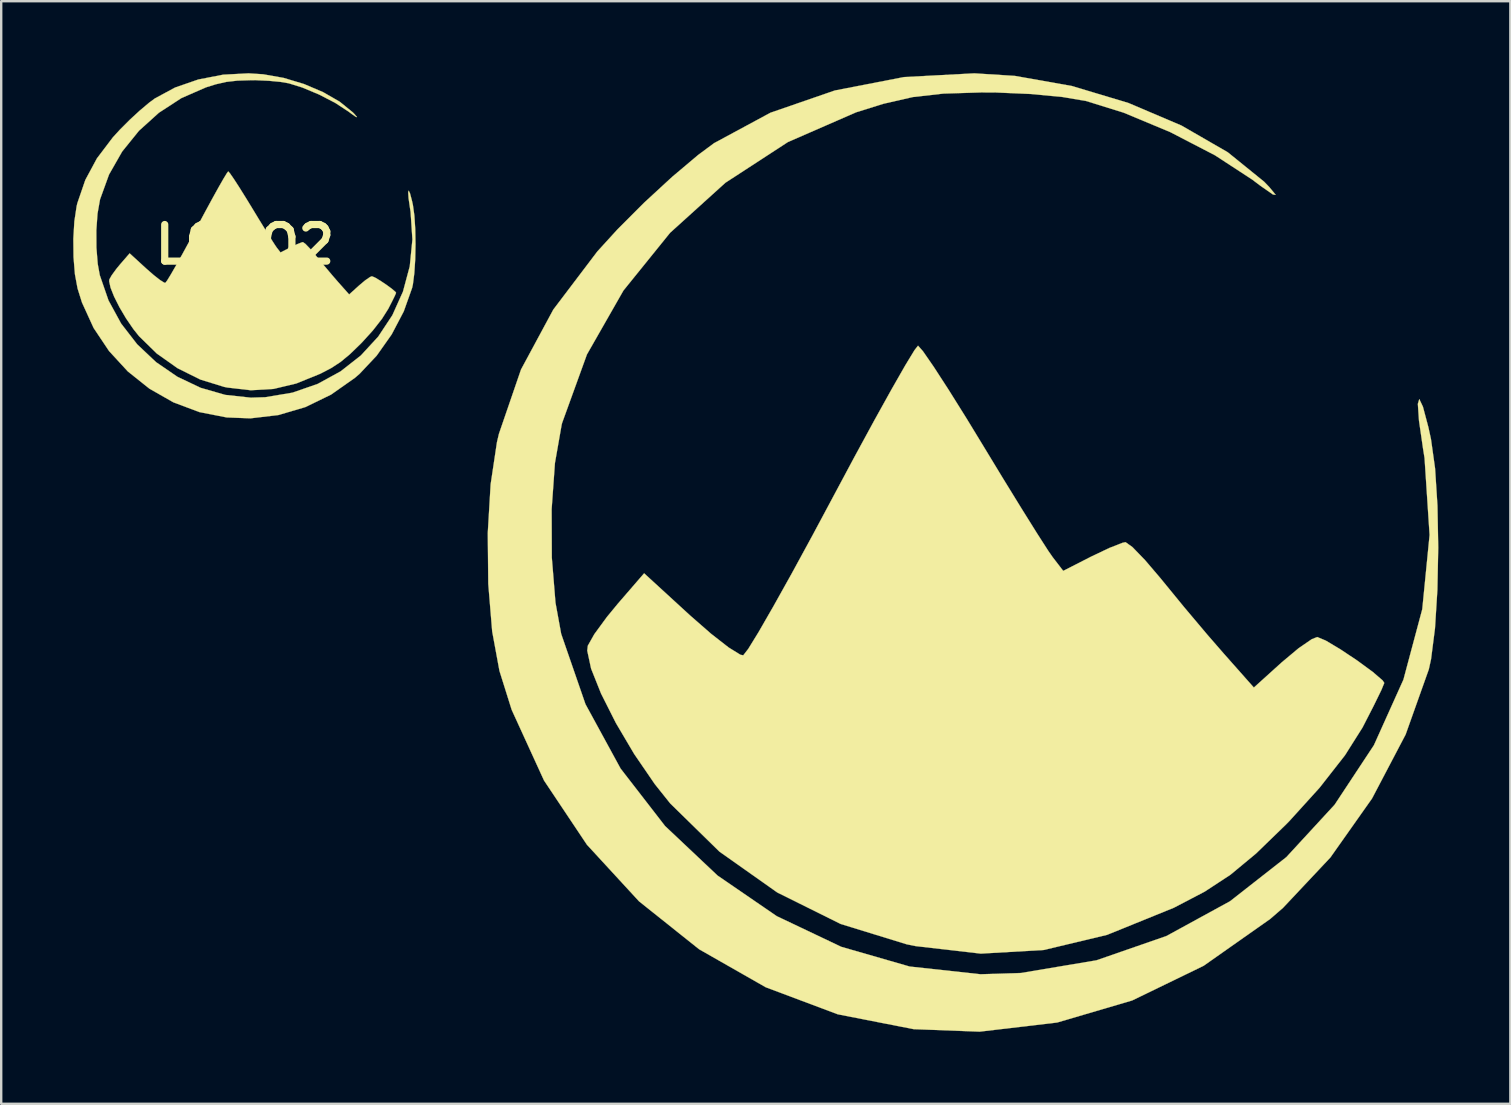
<source format=kicad_pcb>
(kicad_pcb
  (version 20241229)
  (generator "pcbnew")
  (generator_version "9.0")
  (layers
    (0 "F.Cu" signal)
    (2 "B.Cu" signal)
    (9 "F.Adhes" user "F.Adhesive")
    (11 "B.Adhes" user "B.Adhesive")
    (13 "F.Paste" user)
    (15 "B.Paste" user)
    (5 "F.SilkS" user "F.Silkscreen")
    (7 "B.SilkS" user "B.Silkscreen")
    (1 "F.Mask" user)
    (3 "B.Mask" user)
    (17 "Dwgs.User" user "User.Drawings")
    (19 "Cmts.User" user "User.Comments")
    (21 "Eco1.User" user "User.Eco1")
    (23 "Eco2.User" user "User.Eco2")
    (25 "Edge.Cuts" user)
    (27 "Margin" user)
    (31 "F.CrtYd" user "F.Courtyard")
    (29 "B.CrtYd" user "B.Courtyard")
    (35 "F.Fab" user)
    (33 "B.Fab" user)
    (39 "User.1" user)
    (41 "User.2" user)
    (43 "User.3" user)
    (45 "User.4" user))
  (footprint "LOGO"
    (layer "F.Cu")
    (at 37.115 19.816)
    (property "Reference" "LOGO" (at 0 0 0) (layer "F.SilkS") (effects (font (size 1.524 1.524) (thickness 0.3))))
    (attr through_hole)
    (fp_poly (pts (xy -1.72 -8.237) (xy -1.28 -7.601) (xy -0.655 -6.637) (xy 0.104 -5.424) (xy 0.76 -4.347) (xy 1.613 -2.942) (xy 2.393 -1.674) (xy 3.043 -0.634) (xy 3.503 0.082) (xy 3.685 0.344) (xy 4.124 0.914) (xy 5.296 0.316) (xy 6.047 -0.041) (xy 6.593 -0.255) (xy 6.72 -0.282) (xy 7.007 -0.077) (xy 7.531 0.465) (xy 8.185 1.232) (xy 8.273 1.341) (xy 9.156 2.42) (xy 10.126 3.571) (xy 10.819 4.368) (xy 12.065 5.774) (xy 13.23 4.721) (xy 13.925 4.139) (xy 14.481 3.757) (xy 14.701 3.669) (xy 15.057 3.816) (xy 15.672 4.183) (xy 16.382 4.657) (xy 17.023 5.127) (xy 17.432 5.48) (xy 17.498 5.582) (xy 17.377 5.876) (xy 17.058 6.529) (xy 16.61 7.402) (xy 16.591 7.439) (xy 15.86 8.596) (xy 14.803 9.946) (xy 13.54 11.339) (xy 13.39 11.492) (xy 12.156 12.687) (xy 11.09 13.571) (xy 10.015 14.276) (xy 8.75 14.937) (xy 8.723 14.95) (xy 5.952 16.075) (xy 3.312 16.706) (xy 0.691 16.857) (xy -2.024 16.544) (xy -2.399 16.468) (xy -5.147 15.622) (xy -7.788 14.31) (xy -10.196 12.609) (xy -12.247 10.601) (xy -12.889 9.796) (xy -13.746 8.545) (xy -14.51 7.251) (xy -15.127 6.027) (xy -15.543 4.985) (xy -15.703 4.237) (xy -15.679 4.031) (xy -15.407 3.549) (xy -14.883 2.833) (xy -14.421 2.272) (xy -13.334 1.015) (xy -11.416 2.773) (xy -10.546 3.533) (xy -9.813 4.105) (xy -9.324 4.407) (xy -9.205 4.432) (xy -8.998 4.166) (xy -8.568 3.467) (xy -7.955 2.402) (xy -7.194 1.04) (xy -6.327 -0.552) (xy -5.517 -2.066) (xy -4.592 -3.796) (xy -3.748 -5.349) (xy -3.021 -6.658) (xy -2.45 -7.657) (xy -2.07 -8.281) (xy -1.924 -8.467) (xy -1.72 -8.237)) (stroke (width 0.01) (type solid)) (fill yes) (layer "F.SilkS"))
    (fp_poly (pts (xy 2.113 -19.704) (xy 4.487 -19.283) (xy 6.843 -18.575) (xy 9.05 -17.636) (xy 10.977 -16.524) (xy 12.495 -15.295) (xy 12.708 -15.073) (xy 12.974 -14.75) (xy 12.86 -14.764) (xy 12.342 -15.125) (xy 11.994 -15.387) (xy 10.448 -16.396) (xy 8.584 -17.362) (xy 6.645 -18.171) (xy 5.08 -18.658) (xy 4.092 -18.826) (xy 2.765 -18.951) (xy 1.324 -19.013) (xy 0.706 -19.016) (xy -0.871 -18.967) (xy -2.143 -18.823) (xy -3.364 -18.544) (xy -4.509 -18.186) (xy -7.346 -16.948) (xy -9.948 -15.254) (xy -12.252 -13.17) (xy -14.196 -10.764) (xy -15.716 -8.102) (xy -16.749 -5.251) (xy -16.768 -5.18) (xy -17.049 -3.578) (xy -17.186 -1.656) (xy -17.179 0.359) (xy -17.026 2.241) (xy -16.789 3.539) (xy -15.777 6.467) (xy -14.315 9.148) (xy -12.462 11.542) (xy -10.274 13.606) (xy -7.809 15.297) (xy -5.123 16.574) (xy -2.274 17.395) (xy 0.681 17.717) (xy 2.364 17.664) (xy 5.508 17.136) (xy 8.423 16.124) (xy 11.071 14.676) (xy 13.419 12.837) (xy 15.429 10.655) (xy 17.066 8.175) (xy 18.295 5.445) (xy 19.08 2.51) (xy 19.385 -0.582) (xy 19.175 -3.785) (xy 19.113 -4.172) (xy 18.943 -5.347) (xy 18.896 -6.043) (xy 18.956 -6.242) (xy 19.107 -5.925) (xy 19.334 -5.072) (xy 19.443 -4.572) (xy 19.613 -3.359) (xy 19.713 -1.797) (xy 19.745 -0.055) (xy 19.71 1.702) (xy 19.61 3.306) (xy 19.446 4.591) (xy 19.353 5.015) (xy 18.387 7.73) (xy 16.988 10.394) (xy 15.252 12.853) (xy 13.278 14.952) (xy 12.747 15.412) (xy 9.971 17.365) (xy 6.997 18.808) (xy 3.872 19.727) (xy 0.641 20.108) (xy -2.107 20.004) (xy -5.27 19.384) (xy -8.267 18.259) (xy -11.044 16.675) (xy -13.546 14.679) (xy -15.717 12.32) (xy -17.504 9.645) (xy -18.851 6.701) (xy -19.36 5.08) (xy -19.663 3.437) (xy -19.826 1.455) (xy -19.847 -0.658) (xy -19.727 -2.695) (xy -19.464 -4.449) (xy -19.381 -4.798) (xy -18.462 -7.474) (xy -17.116 -9.972) (xy -15.285 -12.388) (xy -14.44 -13.315) (xy -13.33 -14.426) (xy -12.161 -15.503) (xy -11.089 -16.407) (xy -10.42 -16.903) (xy -8.072 -18.17) (xy -5.389 -19.097) (xy -2.512 -19.655) (xy 0.422 -19.811) (xy 2.113 -19.704)) (stroke (width 0.01) (type solid)) (fill yes) (layer "F.SilkS")))
  (footprint "LOGO2"
    (layer "F.Cu")
    (at 7.15 7.137)
    (property "Reference" "LOGO2" (at 0 0 0) (layer "F.SilkS") (effects (font (size 1.524 1.524) (thickness 0.3))))
    (attr through_hole)
    (fp_poly (pts (xy -0.619 -2.965) (xy -0.461 -2.736) (xy -0.236 -2.389) (xy 0.037 -1.952) (xy 0.274 -1.565) (xy 0.581 -1.059) (xy 0.862 -0.602) (xy 1.095 -0.228) (xy 1.261 0.029) (xy 1.326 0.124) (xy 1.485 0.329) (xy 1.907 0.114) (xy 2.177 -0.015) (xy 2.373 -0.092) (xy 2.419 -0.102) (xy 2.523 -0.028) (xy 2.711 0.167) (xy 2.947 0.444) (xy 2.978 0.483) (xy 3.296 0.871) (xy 3.645 1.285) (xy 3.895 1.573) (xy 4.344 2.078) (xy 4.763 1.7) (xy 5.013 1.49) (xy 5.213 1.353) (xy 5.292 1.321) (xy 5.421 1.374) (xy 5.642 1.506) (xy 5.898 1.677) (xy 6.128 1.846) (xy 6.275 1.973) (xy 6.299 2.01) (xy 6.256 2.115) (xy 6.141 2.35) (xy 5.98 2.665) (xy 5.973 2.678) (xy 5.71 3.094) (xy 5.329 3.581) (xy 4.874 4.082) (xy 4.82 4.137) (xy 4.376 4.567) (xy 3.992 4.885) (xy 3.605 5.14) (xy 3.15 5.377) (xy 3.14 5.382) (xy 2.143 5.787) (xy 1.192 6.014) (xy 0.249 6.069) (xy -0.729 5.956) (xy -0.864 5.929) (xy -1.853 5.624) (xy -2.804 5.151) (xy -3.67 4.539) (xy -4.409 3.816) (xy -4.64 3.527) (xy -4.949 3.076) (xy -5.224 2.61) (xy -5.446 2.17) (xy -5.595 1.795) (xy -5.653 1.525) (xy -5.644 1.451) (xy -5.546 1.278) (xy -5.358 1.02) (xy -5.192 0.818) (xy -4.8 0.366) (xy -4.11 0.998) (xy -3.796 1.272) (xy -3.533 1.478) (xy -3.357 1.587) (xy -3.314 1.596) (xy -3.239 1.5) (xy -3.085 1.248) (xy -2.864 0.865) (xy -2.59 0.374) (xy -2.278 -0.199) (xy -1.986 -0.744) (xy -1.653 -1.367) (xy -1.349 -1.926) (xy -1.088 -2.397) (xy -0.882 -2.757) (xy -0.745 -2.981) (xy -0.693 -3.048) (xy -0.619 -2.965)) (stroke (width 0.01) (type solid)) (fill yes) (layer "F.SilkS"))
    (fp_poly (pts (xy 0.761 -7.093) (xy 1.615 -6.942) (xy 2.463 -6.687) (xy 3.258 -6.349) (xy 3.952 -5.949) (xy 4.498 -5.506) (xy 4.575 -5.426) (xy 4.671 -5.31) (xy 4.629 -5.315) (xy 4.443 -5.445) (xy 4.318 -5.539) (xy 3.761 -5.903) (xy 3.09 -6.25) (xy 2.392 -6.542) (xy 1.829 -6.717) (xy 1.473 -6.777) (xy 0.995 -6.822) (xy 0.476 -6.845) (xy 0.254 -6.846) (xy -0.314 -6.828) (xy -0.771 -6.776) (xy -1.211 -6.676) (xy -1.623 -6.547) (xy -2.644 -6.101) (xy -3.581 -5.491) (xy -4.411 -4.741) (xy -5.111 -3.875) (xy -5.658 -2.917) (xy -6.03 -1.89) (xy -6.036 -1.865) (xy -6.138 -1.288) (xy -6.187 -0.596) (xy -6.184 0.129) (xy -6.129 0.807) (xy -6.044 1.274) (xy -5.68 2.328) (xy -5.153 3.293) (xy -4.486 4.155) (xy -3.699 4.898) (xy -2.811 5.507) (xy -1.844 5.967) (xy -0.819 6.262) (xy 0.245 6.378) (xy 0.851 6.359) (xy 1.983 6.169) (xy 3.032 5.805) (xy 3.986 5.283) (xy 4.831 4.621) (xy 5.554 3.836) (xy 6.144 2.943) (xy 6.586 1.96) (xy 6.869 0.904) (xy 6.979 -0.209) (xy 6.903 -1.363) (xy 6.881 -1.502) (xy 6.82 -1.925) (xy 6.803 -2.175) (xy 6.824 -2.247) (xy 6.879 -2.133) (xy 6.96 -1.826) (xy 7 -1.646) (xy 7.061 -1.209) (xy 7.097 -0.647) (xy 7.108 -0.02) (xy 7.096 0.613) (xy 7.059 1.19) (xy 7 1.653) (xy 6.967 1.805) (xy 6.619 2.783) (xy 6.116 3.742) (xy 5.491 4.627) (xy 4.78 5.383) (xy 4.589 5.548) (xy 3.589 6.251) (xy 2.519 6.771) (xy 1.394 7.102) (xy 0.231 7.239) (xy -0.759 7.201) (xy -1.897 6.978) (xy -2.976 6.573) (xy -3.976 6.003) (xy -4.876 5.285) (xy -5.658 4.435) (xy -6.302 3.472) (xy -6.786 2.412) (xy -6.969 1.829) (xy -7.079 1.237) (xy -7.137 0.524) (xy -7.145 -0.237) (xy -7.102 -0.97) (xy -7.007 -1.602) (xy -6.977 -1.727) (xy -6.646 -2.691) (xy -6.162 -3.59) (xy -5.503 -4.46) (xy -5.199 -4.793) (xy -4.799 -5.193) (xy -4.378 -5.581) (xy -3.992 -5.906) (xy -3.751 -6.085) (xy -2.906 -6.541) (xy -1.94 -6.875) (xy -0.904 -7.076) (xy 0.152 -7.132) (xy 0.761 -7.093)) (stroke (width 0.01) (type solid)) (fill yes) (layer "F.SilkS")))
  (gr_rect
    (start -3 -3)
    (end 59.865 42.929)
    (stroke (width 0.1) (type default))
    (fill no)
    (layer "Edge.Cuts")))
</source>
